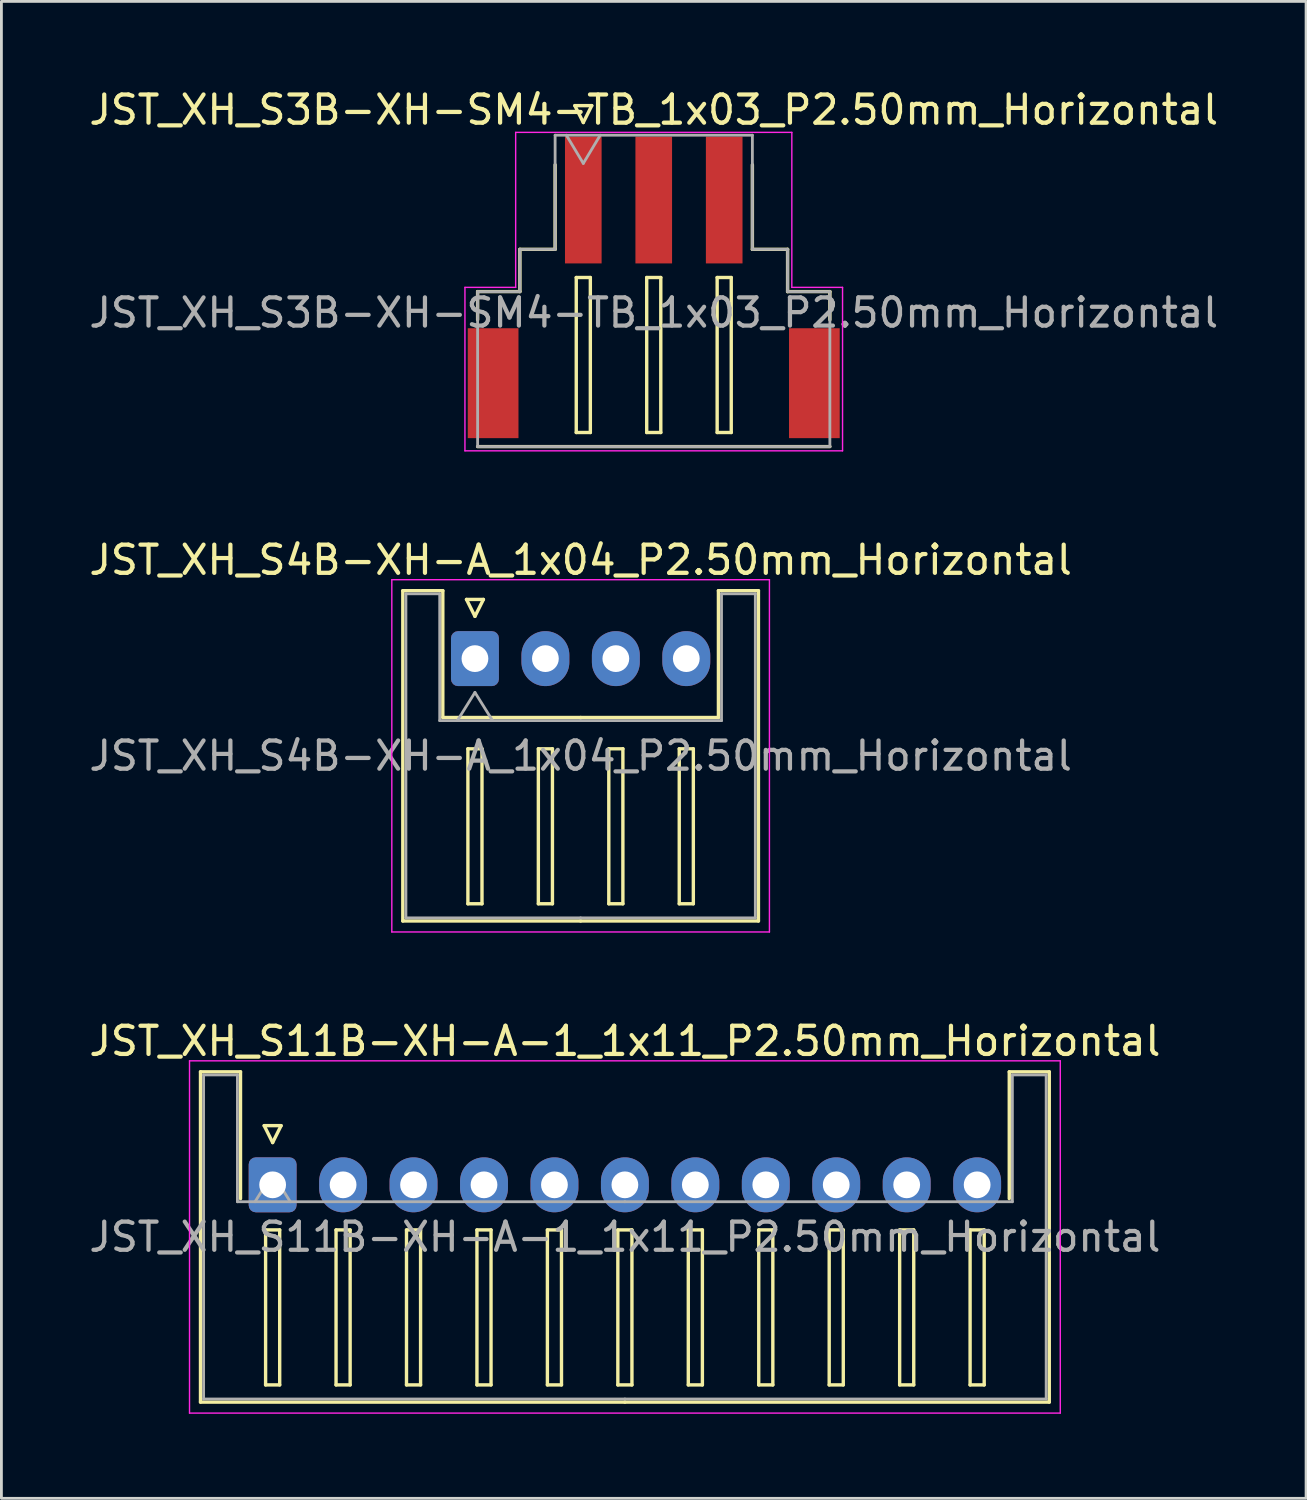
<source format=kicad_pcb>
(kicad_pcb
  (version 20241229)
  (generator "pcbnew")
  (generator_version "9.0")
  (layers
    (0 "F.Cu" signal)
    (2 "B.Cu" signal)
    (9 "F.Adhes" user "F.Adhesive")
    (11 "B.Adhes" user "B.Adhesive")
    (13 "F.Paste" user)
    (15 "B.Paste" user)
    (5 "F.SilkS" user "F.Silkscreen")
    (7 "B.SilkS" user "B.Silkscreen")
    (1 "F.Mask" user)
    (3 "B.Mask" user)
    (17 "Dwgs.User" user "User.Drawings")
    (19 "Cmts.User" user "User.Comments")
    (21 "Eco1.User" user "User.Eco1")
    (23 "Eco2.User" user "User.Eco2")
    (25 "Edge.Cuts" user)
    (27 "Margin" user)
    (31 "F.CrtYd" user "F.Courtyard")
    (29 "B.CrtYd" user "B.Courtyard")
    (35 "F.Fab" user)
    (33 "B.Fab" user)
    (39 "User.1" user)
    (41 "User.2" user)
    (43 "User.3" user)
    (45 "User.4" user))
  (footprint "JST_XH_S4B-XH-A_1x04_P2.50mm_Horizontal"
    (layer "F.Cu")
    (at 13.804 20.322)
    (property "Reference" "JST_XH_S4B-XH-A_1x04_P2.50mm_Horizontal" (at 3.75 -3.5 0) (layer "F.SilkS") (effects (font (size 1 1) (thickness 0.15))))
    (attr through_hole)
    (fp_line (start -2.56 -2.41) (end -1.14 -2.41) (stroke (width 0.12) (type solid)) (layer "F.SilkS"))
    (fp_line (start -2.56 9.31) (end -2.56 -2.41) (stroke (width 0.12) (type solid)) (layer "F.SilkS"))
    (fp_line (start -1.14 -2.41) (end -1.14 2.09) (stroke (width 0.12) (type solid)) (layer "F.SilkS"))
    (fp_line (start -1.14 2.09) (end 3.75 2.09) (stroke (width 0.12) (type solid)) (layer "F.SilkS"))
    (fp_line (start -0.3 -2.1) (end 0.3 -2.1) (stroke (width 0.12) (type solid)) (layer "F.SilkS"))
    (fp_line (start -0.25 3.2) (end -0.25 8.7) (stroke (width 0.12) (type solid)) (layer "F.SilkS"))
    (fp_line (start -0.25 8.7) (end 0.25 8.7) (stroke (width 0.12) (type solid)) (layer "F.SilkS"))
    (fp_line (start 0 -1.5) (end -0.3 -2.1) (stroke (width 0.12) (type solid)) (layer "F.SilkS"))
    (fp_line (start 0.25 3.2) (end -0.25 3.2) (stroke (width 0.12) (type solid)) (layer "F.SilkS"))
    (fp_line (start 0.25 8.7) (end 0.25 3.2) (stroke (width 0.12) (type solid)) (layer "F.SilkS"))
    (fp_line (start 0.3 -2.1) (end 0 -1.5) (stroke (width 0.12) (type solid)) (layer "F.SilkS"))
    (fp_line (start 2.25 3.2) (end 2.25 8.7) (stroke (width 0.12) (type solid)) (layer "F.SilkS"))
    (fp_line (start 2.25 8.7) (end 2.75 8.7) (stroke (width 0.12) (type solid)) (layer "F.SilkS"))
    (fp_line (start 2.75 3.2) (end 2.25 3.2) (stroke (width 0.12) (type solid)) (layer "F.SilkS"))
    (fp_line (start 2.75 8.7) (end 2.75 3.2) (stroke (width 0.12) (type solid)) (layer "F.SilkS"))
    (fp_line (start 3.75 9.31) (end -2.56 9.31) (stroke (width 0.12) (type solid)) (layer "F.SilkS"))
    (fp_line (start 3.75 9.31) (end 10.06 9.31) (stroke (width 0.12) (type solid)) (layer "F.SilkS"))
    (fp_line (start 4.75 3.2) (end 4.75 8.7) (stroke (width 0.12) (type solid)) (layer "F.SilkS"))
    (fp_line (start 4.75 8.7) (end 5.25 8.7) (stroke (width 0.12) (type solid)) (layer "F.SilkS"))
    (fp_line (start 5.25 3.2) (end 4.75 3.2) (stroke (width 0.12) (type solid)) (layer "F.SilkS"))
    (fp_line (start 5.25 8.7) (end 5.25 3.2) (stroke (width 0.12) (type solid)) (layer "F.SilkS"))
    (fp_line (start 7.25 3.2) (end 7.25 8.7) (stroke (width 0.12) (type solid)) (layer "F.SilkS"))
    (fp_line (start 7.25 8.7) (end 7.75 8.7) (stroke (width 0.12) (type solid)) (layer "F.SilkS"))
    (fp_line (start 7.75 3.2) (end 7.25 3.2) (stroke (width 0.12) (type solid)) (layer "F.SilkS"))
    (fp_line (start 7.75 8.7) (end 7.75 3.2) (stroke (width 0.12) (type solid)) (layer "F.SilkS"))
    (fp_line (start 8.64 -2.41) (end 8.64 2.09) (stroke (width 0.12) (type solid)) (layer "F.SilkS"))
    (fp_line (start 8.64 2.09) (end 3.75 2.09) (stroke (width 0.12) (type solid)) (layer "F.SilkS"))
    (fp_line (start 10.06 -2.41) (end 8.64 -2.41) (stroke (width 0.12) (type solid)) (layer "F.SilkS"))
    (fp_line (start 10.06 9.31) (end 10.06 -2.41) (stroke (width 0.12) (type solid)) (layer "F.SilkS"))
    (fp_line (start -2.95 -2.8) (end -2.95 9.7) (stroke (width 0.05) (type solid)) (layer "F.CrtYd"))
    (fp_line (start -2.95 9.7) (end 10.45 9.7) (stroke (width 0.05) (type solid)) (layer "F.CrtYd"))
    (fp_line (start 10.45 -2.8) (end -2.95 -2.8) (stroke (width 0.05) (type solid)) (layer "F.CrtYd"))
    (fp_line (start 10.45 9.7) (end 10.45 -2.8) (stroke (width 0.05) (type solid)) (layer "F.CrtYd"))
    (fp_line (start -2.45 -2.3) (end -1.25 -2.3) (stroke (width 0.1) (type solid)) (layer "F.Fab"))
    (fp_line (start -2.45 9.2) (end -2.45 -2.3) (stroke (width 0.1) (type solid)) (layer "F.Fab"))
    (fp_line (start -1.25 -2.3) (end -1.25 2.2) (stroke (width 0.1) (type solid)) (layer "F.Fab"))
    (fp_line (start -1.25 2.2) (end 3.75 2.2) (stroke (width 0.1) (type solid)) (layer "F.Fab"))
    (fp_line (start -0.625 2.2) (end 0 1.2) (stroke (width 0.1) (type solid)) (layer "F.Fab"))
    (fp_line (start 0 1.2) (end 0.625 2.2) (stroke (width 0.1) (type solid)) (layer "F.Fab"))
    (fp_line (start 3.75 9.2) (end -2.45 9.2) (stroke (width 0.1) (type solid)) (layer "F.Fab"))
    (fp_line (start 3.75 9.2) (end 9.95 9.2) (stroke (width 0.1) (type solid)) (layer "F.Fab"))
    (fp_line (start 8.75 -2.3) (end 8.75 2.2) (stroke (width 0.1) (type solid)) (layer "F.Fab"))
    (fp_line (start 8.75 2.2) (end 3.75 2.2) (stroke (width 0.1) (type solid)) (layer "F.Fab"))
    (fp_line (start 9.95 -2.3) (end 8.75 -2.3) (stroke (width 0.1) (type solid)) (layer "F.Fab"))
    (fp_line (start 9.95 9.2) (end 9.95 -2.3) (stroke (width 0.1) (type solid)) (layer "F.Fab"))
    (fp_text user "${REFERENCE}" (at 3.75 3.45 0) (layer "F.Fab") (effects (font (size 1 1) (thickness 0.15))))
    (pad "1" thru_hole roundrect (at 0 0) (size 1.7 1.95) (drill 0.95) (layers "*.Cu" "*.Mask") (roundrect_rratio 0.147))
    (pad "2" thru_hole oval (at 2.5 0) (size 1.7 1.95) (drill 0.95) (layers "*.Cu" "*.Mask"))
    (pad "3" thru_hole oval (at 5 0) (size 1.7 1.95) (drill 0.95) (layers "*.Cu" "*.Mask"))
    (pad "4" thru_hole oval (at 7.5 0) (size 1.7 1.95) (drill 0.95) (layers "*.Cu" "*.Mask")))
  (footprint "JST_XH_S11B-XH-A-1_1x11_P2.50mm_Horizontal"
    (layer "F.Cu")
    (at 6.625 38.995)
    (property "Reference" "JST_XH_S11B-XH-A-1_1x11_P2.50mm_Horizontal" (at 12.5 -5.1 0) (layer "F.SilkS") (effects (font (size 1 1) (thickness 0.15))))
    (attr through_hole)
    (fp_line (start -2.56 -4.01) (end -1.14 -4.01) (stroke (width 0.12) (type solid)) (layer "F.SilkS"))
    (fp_line (start -2.56 7.71) (end -2.56 -4.01) (stroke (width 0.12) (type solid)) (layer "F.SilkS"))
    (fp_line (start -1.14 -4.01) (end -1.14 0.49) (stroke (width 0.12) (type solid)) (layer "F.SilkS"))
    (fp_line (start -0.3 -2.1) (end 0.3 -2.1) (stroke (width 0.12) (type solid)) (layer "F.SilkS"))
    (fp_line (start -0.25 1.6) (end -0.25 7.1) (stroke (width 0.12) (type solid)) (layer "F.SilkS"))
    (fp_line (start -0.25 7.1) (end 0.25 7.1) (stroke (width 0.12) (type solid)) (layer "F.SilkS"))
    (fp_line (start 0 -1.5) (end -0.3 -2.1) (stroke (width 0.12) (type solid)) (layer "F.SilkS"))
    (fp_line (start 0.25 1.6) (end -0.25 1.6) (stroke (width 0.12) (type solid)) (layer "F.SilkS"))
    (fp_line (start 0.25 7.1) (end 0.25 1.6) (stroke (width 0.12) (type solid)) (layer "F.SilkS"))
    (fp_line (start 0.3 -2.1) (end 0 -1.5) (stroke (width 0.12) (type solid)) (layer "F.SilkS"))
    (fp_line (start 2.25 1.6) (end 2.25 7.1) (stroke (width 0.12) (type solid)) (layer "F.SilkS"))
    (fp_line (start 2.25 7.1) (end 2.75 7.1) (stroke (width 0.12) (type solid)) (layer "F.SilkS"))
    (fp_line (start 2.75 1.6) (end 2.25 1.6) (stroke (width 0.12) (type solid)) (layer "F.SilkS"))
    (fp_line (start 2.75 7.1) (end 2.75 1.6) (stroke (width 0.12) (type solid)) (layer "F.SilkS"))
    (fp_line (start 4.75 1.6) (end 4.75 7.1) (stroke (width 0.12) (type solid)) (layer "F.SilkS"))
    (fp_line (start 4.75 7.1) (end 5.25 7.1) (stroke (width 0.12) (type solid)) (layer "F.SilkS"))
    (fp_line (start 5.25 1.6) (end 4.75 1.6) (stroke (width 0.12) (type solid)) (layer "F.SilkS"))
    (fp_line (start 5.25 7.1) (end 5.25 1.6) (stroke (width 0.12) (type solid)) (layer "F.SilkS"))
    (fp_line (start 7.25 1.6) (end 7.25 7.1) (stroke (width 0.12) (type solid)) (layer "F.SilkS"))
    (fp_line (start 7.25 7.1) (end 7.75 7.1) (stroke (width 0.12) (type solid)) (layer "F.SilkS"))
    (fp_line (start 7.75 1.6) (end 7.25 1.6) (stroke (width 0.12) (type solid)) (layer "F.SilkS"))
    (fp_line (start 7.75 7.1) (end 7.75 1.6) (stroke (width 0.12) (type solid)) (layer "F.SilkS"))
    (fp_line (start 9.75 1.6) (end 9.75 7.1) (stroke (width 0.12) (type solid)) (layer "F.SilkS"))
    (fp_line (start 9.75 7.1) (end 10.25 7.1) (stroke (width 0.12) (type solid)) (layer "F.SilkS"))
    (fp_line (start 10.25 1.6) (end 9.75 1.6) (stroke (width 0.12) (type solid)) (layer "F.SilkS"))
    (fp_line (start 10.25 7.1) (end 10.25 1.6) (stroke (width 0.12) (type solid)) (layer "F.SilkS"))
    (fp_line (start 12.25 1.6) (end 12.25 7.1) (stroke (width 0.12) (type solid)) (layer "F.SilkS"))
    (fp_line (start 12.25 7.1) (end 12.75 7.1) (stroke (width 0.12) (type solid)) (layer "F.SilkS"))
    (fp_line (start 12.5 7.71) (end -2.56 7.71) (stroke (width 0.12) (type solid)) (layer "F.SilkS"))
    (fp_line (start 12.5 7.71) (end 27.56 7.71) (stroke (width 0.12) (type solid)) (layer "F.SilkS"))
    (fp_line (start 12.75 1.6) (end 12.25 1.6) (stroke (width 0.12) (type solid)) (layer "F.SilkS"))
    (fp_line (start 12.75 7.1) (end 12.75 1.6) (stroke (width 0.12) (type solid)) (layer "F.SilkS"))
    (fp_line (start 14.75 1.6) (end 14.75 7.1) (stroke (width 0.12) (type solid)) (layer "F.SilkS"))
    (fp_line (start 14.75 7.1) (end 15.25 7.1) (stroke (width 0.12) (type solid)) (layer "F.SilkS"))
    (fp_line (start 15.25 1.6) (end 14.75 1.6) (stroke (width 0.12) (type solid)) (layer "F.SilkS"))
    (fp_line (start 15.25 7.1) (end 15.25 1.6) (stroke (width 0.12) (type solid)) (layer "F.SilkS"))
    (fp_line (start 17.25 1.6) (end 17.25 7.1) (stroke (width 0.12) (type solid)) (layer "F.SilkS"))
    (fp_line (start 17.25 7.1) (end 17.75 7.1) (stroke (width 0.12) (type solid)) (layer "F.SilkS"))
    (fp_line (start 17.75 1.6) (end 17.25 1.6) (stroke (width 0.12) (type solid)) (layer "F.SilkS"))
    (fp_line (start 17.75 7.1) (end 17.75 1.6) (stroke (width 0.12) (type solid)) (layer "F.SilkS"))
    (fp_line (start 19.75 1.6) (end 19.75 7.1) (stroke (width 0.12) (type solid)) (layer "F.SilkS"))
    (fp_line (start 19.75 7.1) (end 20.25 7.1) (stroke (width 0.12) (type solid)) (layer "F.SilkS"))
    (fp_line (start 20.25 1.6) (end 19.75 1.6) (stroke (width 0.12) (type solid)) (layer "F.SilkS"))
    (fp_line (start 20.25 7.1) (end 20.25 1.6) (stroke (width 0.12) (type solid)) (layer "F.SilkS"))
    (fp_line (start 22.25 1.6) (end 22.25 7.1) (stroke (width 0.12) (type solid)) (layer "F.SilkS"))
    (fp_line (start 22.25 7.1) (end 22.75 7.1) (stroke (width 0.12) (type solid)) (layer "F.SilkS"))
    (fp_line (start 22.75 1.6) (end 22.25 1.6) (stroke (width 0.12) (type solid)) (layer "F.SilkS"))
    (fp_line (start 22.75 7.1) (end 22.75 1.6) (stroke (width 0.12) (type solid)) (layer "F.SilkS"))
    (fp_line (start 24.75 1.6) (end 24.75 7.1) (stroke (width 0.12) (type solid)) (layer "F.SilkS"))
    (fp_line (start 24.75 7.1) (end 25.25 7.1) (stroke (width 0.12) (type solid)) (layer "F.SilkS"))
    (fp_line (start 25.25 1.6) (end 24.75 1.6) (stroke (width 0.12) (type solid)) (layer "F.SilkS"))
    (fp_line (start 25.25 7.1) (end 25.25 1.6) (stroke (width 0.12) (type solid)) (layer "F.SilkS"))
    (fp_line (start 26.14 -4.01) (end 26.14 0.49) (stroke (width 0.12) (type solid)) (layer "F.SilkS"))
    (fp_line (start 27.56 -4.01) (end 26.14 -4.01) (stroke (width 0.12) (type solid)) (layer "F.SilkS"))
    (fp_line (start 27.56 7.71) (end 27.56 -4.01) (stroke (width 0.12) (type solid)) (layer "F.SilkS"))
    (fp_line (start -2.95 -4.4) (end -2.95 8.1) (stroke (width 0.05) (type solid)) (layer "F.CrtYd"))
    (fp_line (start -2.95 8.1) (end 27.95 8.1) (stroke (width 0.05) (type solid)) (layer "F.CrtYd"))
    (fp_line (start 27.95 -4.4) (end -2.95 -4.4) (stroke (width 0.05) (type solid)) (layer "F.CrtYd"))
    (fp_line (start 27.95 8.1) (end 27.95 -4.4) (stroke (width 0.05) (type solid)) (layer "F.CrtYd"))
    (fp_line (start -2.45 -3.9) (end -1.25 -3.9) (stroke (width 0.1) (type solid)) (layer "F.Fab"))
    (fp_line (start -2.45 7.6) (end -2.45 -3.9) (stroke (width 0.1) (type solid)) (layer "F.Fab"))
    (fp_line (start -1.25 -3.9) (end -1.25 0.6) (stroke (width 0.1) (type solid)) (layer "F.Fab"))
    (fp_line (start -1.25 0.6) (end 12.5 0.6) (stroke (width 0.1) (type solid)) (layer "F.Fab"))
    (fp_line (start -0.625 0.6) (end 0 -0.4) (stroke (width 0.1) (type solid)) (layer "F.Fab"))
    (fp_line (start 0 -0.4) (end 0.625 0.6) (stroke (width 0.1) (type solid)) (layer "F.Fab"))
    (fp_line (start 12.5 7.6) (end -2.45 7.6) (stroke (width 0.1) (type solid)) (layer "F.Fab"))
    (fp_line (start 12.5 7.6) (end 27.45 7.6) (stroke (width 0.1) (type solid)) (layer "F.Fab"))
    (fp_line (start 26.25 -3.9) (end 26.25 0.6) (stroke (width 0.1) (type solid)) (layer "F.Fab"))
    (fp_line (start 26.25 0.6) (end 12.5 0.6) (stroke (width 0.1) (type solid)) (layer "F.Fab"))
    (fp_line (start 27.45 -3.9) (end 26.25 -3.9) (stroke (width 0.1) (type solid)) (layer "F.Fab"))
    (fp_line (start 27.45 7.6) (end 27.45 -3.9) (stroke (width 0.1) (type solid)) (layer "F.Fab"))
    (fp_text user "${REFERENCE}" (at 12.5 1.85 0) (layer "F.Fab") (effects (font (size 1 1) (thickness 0.15))))
    (pad "1" thru_hole roundrect (at 0 0) (size 1.7 1.95) (drill 0.95) (layers "*.Cu" "*.Mask") (roundrect_rratio 0.147))
    (pad "2" thru_hole oval (at 2.5 0) (size 1.7 1.95) (drill 0.95) (layers "*.Cu" "*.Mask"))
    (pad "3" thru_hole oval (at 5 0) (size 1.7 1.95) (drill 0.95) (layers "*.Cu" "*.Mask"))
    (pad "4" thru_hole oval (at 7.5 0) (size 1.7 1.95) (drill 0.95) (layers "*.Cu" "*.Mask"))
    (pad "5" thru_hole oval (at 10 0) (size 1.7 1.95) (drill 0.95) (layers "*.Cu" "*.Mask"))
    (pad "6" thru_hole oval (at 12.5 0) (size 1.7 1.95) (drill 0.95) (layers "*.Cu" "*.Mask"))
    (pad "7" thru_hole oval (at 15 0) (size 1.7 1.95) (drill 0.95) (layers "*.Cu" "*.Mask"))
    (pad "8" thru_hole oval (at 17.5 0) (size 1.7 1.95) (drill 0.95) (layers "*.Cu" "*.Mask"))
    (pad "9" thru_hole oval (at 20 0) (size 1.7 1.95) (drill 0.95) (layers "*.Cu" "*.Mask"))
    (pad "10" thru_hole oval (at 22.5 0) (size 1.7 1.95) (drill 0.95) (layers "*.Cu" "*.Mask"))
    (pad "11" thru_hole oval (at 25 0) (size 1.7 1.95) (drill 0.95) (layers "*.Cu" "*.Mask")))
  (footprint "JST_XH_S3B-XH-SM4-TB_1x03_P2.50mm_Horizontal"
    (layer "F.Cu")
    (at 17.649 4.048)
    (property "Reference" "JST_XH_S3B-XH-SM4-TB_1x03_P2.50mm_Horizontal" (at 2.5 -3.2 0) (layer "F.SilkS") (effects (font (size 1 1) (thickness 0.15))))
    (attr smd)
    (fp_line (start -3.75 3.25) (end -3.75 4.25) (stroke (width 0.12) (type default)) (layer "F.SilkS"))
    (fp_line (start -3.75 8.75) (end 8.75 8.75) (stroke (width 0.12) (type default)) (layer "F.SilkS"))
    (fp_line (start -2.25 1.75) (end -2.25 3.25) (stroke (width 0.12) (type default)) (layer "F.SilkS"))
    (fp_line (start -2.25 1.75) (end -1 1.75) (stroke (width 0.12) (type default)) (layer "F.SilkS"))
    (fp_line (start -2.25 3.25) (end -3.75 3.25) (stroke (width 0.12) (type default)) (layer "F.SilkS"))
    (fp_line (start -1 1.75) (end -1 -1.25) (stroke (width 0.12) (type default)) (layer "F.SilkS"))
    (fp_line (start -0.3 -3.35) (end 0.3 -3.35) (stroke (width 0.12) (type solid)) (layer "F.SilkS"))
    (fp_line (start -0.25 2.75) (end -0.25 8.25) (stroke (width 0.12) (type solid)) (layer "F.SilkS"))
    (fp_line (start -0.25 8.25) (end 0.25 8.25) (stroke (width 0.12) (type solid)) (layer "F.SilkS"))
    (fp_line (start 0 -2.75) (end -0.3 -3.35) (stroke (width 0.12) (type solid)) (layer "F.SilkS"))
    (fp_line (start 0.25 2.75) (end -0.25 2.75) (stroke (width 0.12) (type solid)) (layer "F.SilkS"))
    (fp_line (start 0.25 8.25) (end 0.25 2.75) (stroke (width 0.12) (type solid)) (layer "F.SilkS"))
    (fp_line (start 0.3 -3.35) (end 0 -2.75) (stroke (width 0.12) (type solid)) (layer "F.SilkS"))
    (fp_line (start 2.25 2.75) (end 2.25 8.25) (stroke (width 0.12) (type solid)) (layer "F.SilkS"))
    (fp_line (start 2.25 8.25) (end 2.75 8.25) (stroke (width 0.12) (type solid)) (layer "F.SilkS"))
    (fp_line (start 2.75 2.75) (end 2.25 2.75) (stroke (width 0.12) (type solid)) (layer "F.SilkS"))
    (fp_line (start 2.75 8.25) (end 2.75 2.75) (stroke (width 0.12) (type solid)) (layer "F.SilkS"))
    (fp_line (start 4.75 2.75) (end 4.75 8.25) (stroke (width 0.12) (type solid)) (layer "F.SilkS"))
    (fp_line (start 4.75 8.25) (end 5.25 8.25) (stroke (width 0.12) (type solid)) (layer "F.SilkS"))
    (fp_line (start 5.25 2.75) (end 4.75 2.75) (stroke (width 0.12) (type solid)) (layer "F.SilkS"))
    (fp_line (start 5.25 8.25) (end 5.25 2.75) (stroke (width 0.12) (type solid)) (layer "F.SilkS"))
    (fp_line (start 6 -1.25) (end 6 1.75) (stroke (width 0.12) (type default)) (layer "F.SilkS"))
    (fp_line (start 6 1.75) (end 7.25 1.75) (stroke (width 0.12) (type default)) (layer "F.SilkS"))
    (fp_line (start 7.25 3.25) (end 7.25 1.75) (stroke (width 0.12) (type default)) (layer "F.SilkS"))
    (fp_line (start 8.75 3.25) (end 7.25 3.25) (stroke (width 0.12) (type default)) (layer "F.SilkS"))
    (fp_line (start 8.75 4.25) (end 8.75 3.25) (stroke (width 0.12) (type default)) (layer "F.SilkS"))
    (fp_line (start -4.2 3.1) (end -4.2 8.9) (stroke (width 0.05) (type default)) (layer "F.CrtYd"))
    (fp_line (start -4.2 8.9) (end 9.2 8.9) (stroke (width 0.05) (type default)) (layer "F.CrtYd"))
    (fp_line (start -2.4 -2.4) (end -2.4 3.1) (stroke (width 0.05) (type default)) (layer "F.CrtYd"))
    (fp_line (start -2.4 3.1) (end -4.2 3.1) (stroke (width 0.05) (type default)) (layer "F.CrtYd"))
    (fp_line (start 7.4 -2.4) (end -2.4 -2.4) (stroke (width 0.05) (type default)) (layer "F.CrtYd"))
    (fp_line (start 7.4 3.1) (end 7.4 -2.4) (stroke (width 0.05) (type default)) (layer "F.CrtYd"))
    (fp_line (start 9.2 3.1) (end 7.4 3.1) (stroke (width 0.05) (type default)) (layer "F.CrtYd"))
    (fp_line (start 9.2 8.9) (end 9.2 3.1) (stroke (width 0.05) (type default)) (layer "F.CrtYd"))
    (fp_line (start -3.75 3.25) (end -2.25 3.25) (stroke (width 0.1) (type default)) (layer "F.Fab"))
    (fp_line (start -3.75 8.75) (end -3.75 3.25) (stroke (width 0.1) (type default)) (layer "F.Fab"))
    (fp_line (start -2.25 1.75) (end -1 1.75) (stroke (width 0.1) (type default)) (layer "F.Fab"))
    (fp_line (start -2.25 3.25) (end -2.25 1.75) (stroke (width 0.1) (type default)) (layer "F.Fab"))
    (fp_line (start -1 -2.3) (end 6 -2.3) (stroke (width 0.1) (type default)) (layer "F.Fab"))
    (fp_line (start -1 1.75) (end -1 -2.3) (stroke (width 0.1) (type default)) (layer "F.Fab"))
    (fp_line (start -0.6 -2.3) (end 0 -1.3) (stroke (width 0.1) (type default)) (layer "F.Fab"))
    (fp_line (start 0 -1.3) (end 0.6 -2.3) (stroke (width 0.1) (type default)) (layer "F.Fab"))
    (fp_line (start 6 -2.3) (end 6 1.75) (stroke (width 0.1) (type default)) (layer "F.Fab"))
    (fp_line (start 6 1.75) (end 7.25 1.75) (stroke (width 0.1) (type default)) (layer "F.Fab"))
    (fp_line (start 7.25 1.75) (end 7.25 3.25) (stroke (width 0.1) (type default)) (layer "F.Fab"))
    (fp_line (start 7.25 3.25) (end 8.75 3.25) (stroke (width 0.1) (type default)) (layer "F.Fab"))
    (fp_line (start 8.75 3.25) (end 8.75 8.75) (stroke (width 0.1) (type default)) (layer "F.Fab"))
    (fp_line (start 8.75 8.75) (end -3.75 8.75) (stroke (width 0.1) (type default)) (layer "F.Fab"))
    (fp_text user "${REFERENCE}" (at 2.5 4 0) (layer "F.Fab") (effects (font (size 1 1) (thickness 0.15))))
    (pad "" smd rect (at -3.2 6.5) (size 1.8 3.9) (layers "F.Cu" "F.Mask" "F.Paste"))
    (pad "" smd rect (at 8.2 6.5) (size 1.8 3.9) (layers "F.Cu" "F.Mask" "F.Paste"))
    (pad "1" smd rect (at 0 0) (size 1.3 4.5) (layers "F.Cu" "F.Mask" "F.Paste"))
    (pad "2" smd rect (at 2.5 0) (size 1.3 4.5) (layers "F.Cu" "F.Mask" "F.Paste"))
    (pad "3" smd rect (at 5 0) (size 1.3 4.5) (layers "F.Cu" "F.Mask" "F.Paste")))
  (gr_rect
    (start -3 -3)
    (end 43.298 50.12)
    (stroke (width 0.1) (type default))
    (fill no)
    (layer "Edge.Cuts")))
</source>
